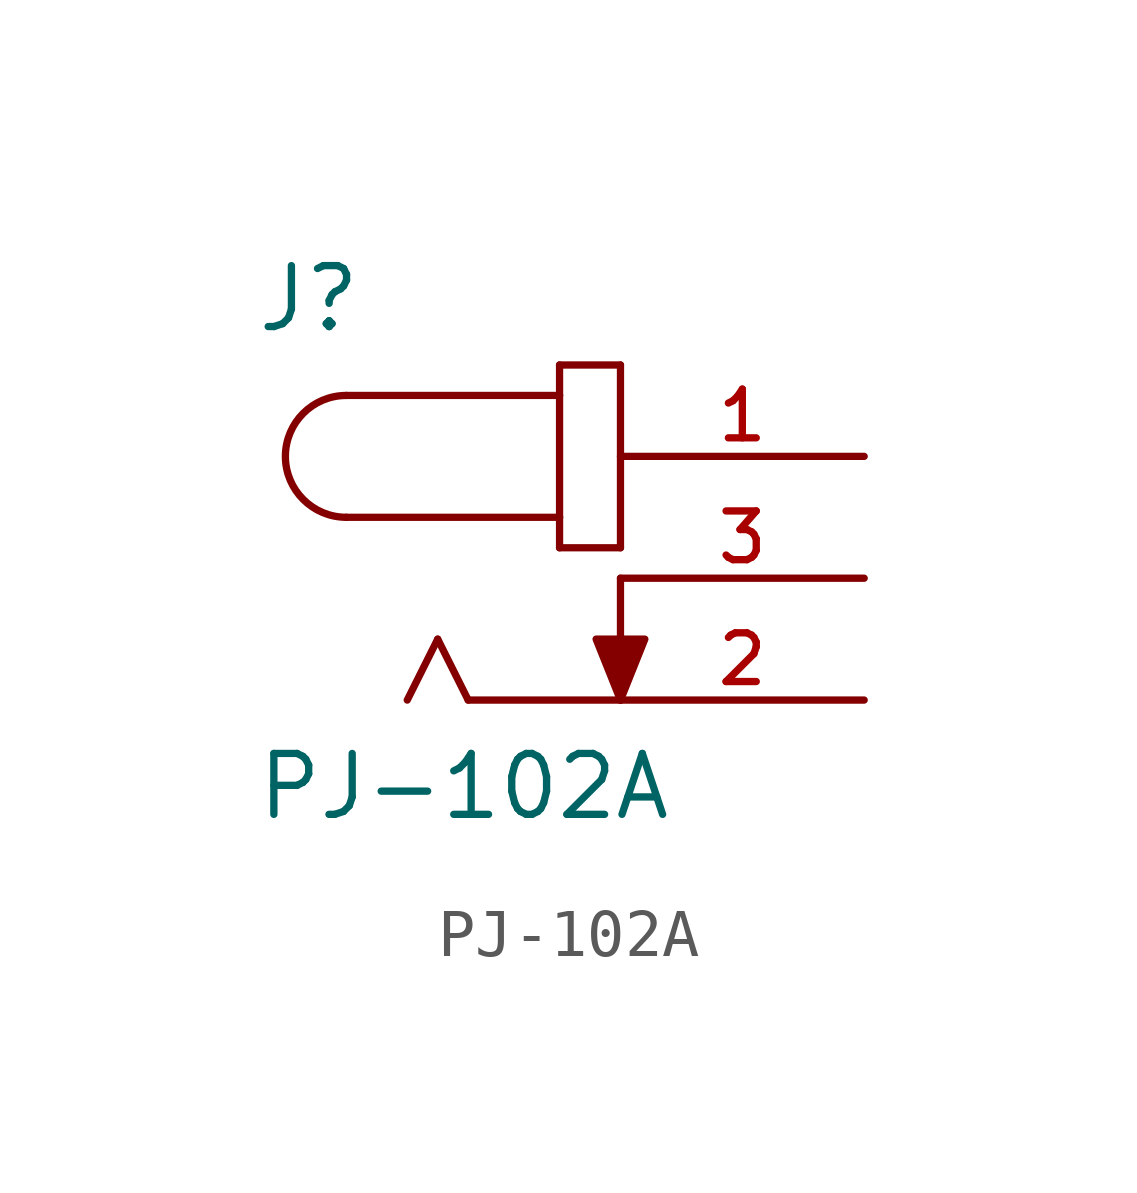
<source format=kicad_sym>
(kicad_symbol_lib
  (version 20211014)
  (generator kicad_symbol_editor)
  (symbol "PJ-102A"
    (pin_names
      (offset 1.016))
    (property "Reference" "J"
      (at -7.625 5.083 0)
      (effects (font (size 1.27 1.27)) (justify bottom left)))
    (property "Value" "PJ-102A"
      (at -7.628 -5.086 0)
      (effects (font (size 1.27 1.27)) (justify bottom left)))
    (symbol "PJ-102A_0_0"
      (arc (start -5.715 3.81) (mid -6.985 2.54) (end -5.715 1.27) (stroke (width 0.1524) (type default) (color 0 0 0 0)) (fill (type none)))
      (polyline (pts (xy -5.715 3.81) (xy -1.27 3.81)) (stroke (width 0.152)))
      (polyline (pts (xy -1.27 3.81) (xy -1.27 1.27)) (stroke (width 0.152)))
      (polyline (pts (xy -1.27 1.27) (xy -5.715 1.27)) (stroke (width 0.152)))
      (polyline (pts (xy -1.27 1.27) (xy -1.27 0.635)) (stroke (width 0.152)))
      (polyline (pts (xy -1.27 0.635) (xy 0.0 0.635)) (stroke (width 0.152)))
      (polyline (pts (xy 0.0 0.635) (xy 0.0 4.445)) (stroke (width 0.152)))
      (polyline (pts (xy 0.0 4.445) (xy -1.27 4.445)) (stroke (width 0.152)))
      (polyline (pts (xy -1.27 4.445) (xy -1.27 3.81)) (stroke (width 0.152)))
      (polyline (pts (xy 0.0 -2.54) (xy -3.175 -2.54)) (stroke (width 0.152)))
      (polyline (pts (xy -3.175 -2.54) (xy -3.81 -1.27)) (stroke (width 0.152)))
      (polyline (pts (xy -3.81 -1.27) (xy -4.445 -2.54)) (stroke (width 0.152)))
      (polyline (pts (xy 0.0 0.0) (xy 0.0 -2.54)) (stroke (width 0.152)))
      (polyline (pts (xy 0.0 -2.54) (xy -0.508 -1.27) (xy 0.508 -1.27) (xy 0.0 -2.54)) (stroke (width 0.152)) (fill (type outline)))
      (pin passive line (at 5.08 2.54 180.0) (length 5.08) (name "~" (effects (font (size 1.016 1.016)))) (number "1" (effects (font (size 1.016 1.016)))))
      (pin passive line (at 5.08 0.0 180.0) (length 5.08) (name "~" (effects (font (size 1.016 1.016)))) (number "3" (effects (font (size 1.016 1.016)))))
      (pin passive line (at 5.08 -2.54 180.0) (length 5.08) (name "~" (effects (font (size 1.016 1.016)))) (number "2" (effects (font (size 1.016 1.016))))))))
</source>
